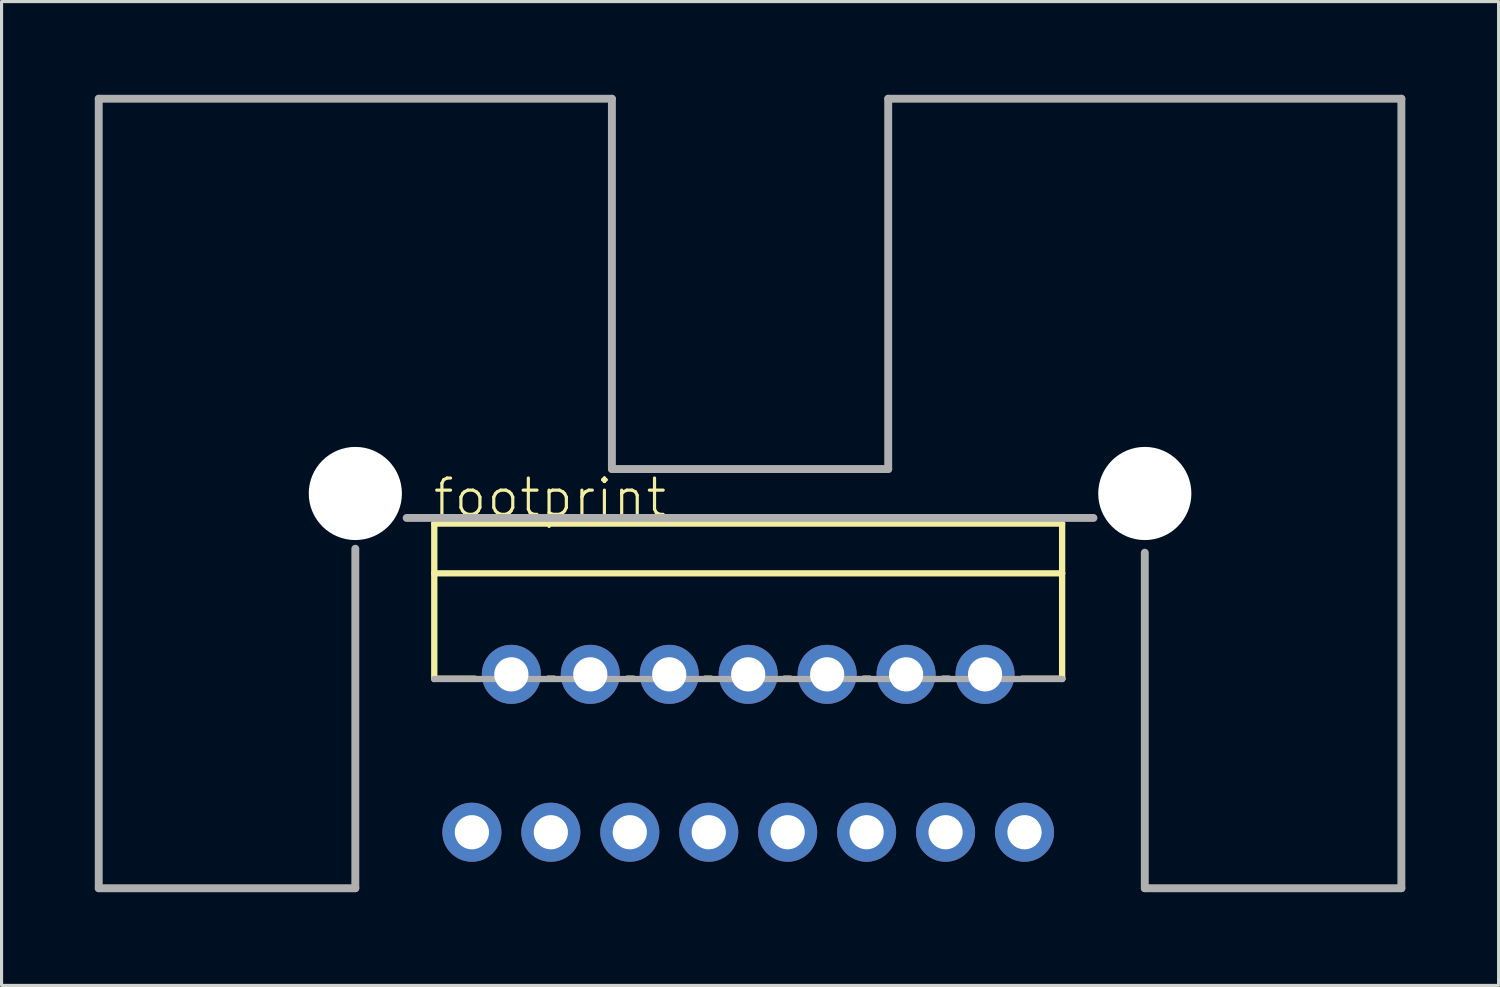
<source format=kicad_pcb>
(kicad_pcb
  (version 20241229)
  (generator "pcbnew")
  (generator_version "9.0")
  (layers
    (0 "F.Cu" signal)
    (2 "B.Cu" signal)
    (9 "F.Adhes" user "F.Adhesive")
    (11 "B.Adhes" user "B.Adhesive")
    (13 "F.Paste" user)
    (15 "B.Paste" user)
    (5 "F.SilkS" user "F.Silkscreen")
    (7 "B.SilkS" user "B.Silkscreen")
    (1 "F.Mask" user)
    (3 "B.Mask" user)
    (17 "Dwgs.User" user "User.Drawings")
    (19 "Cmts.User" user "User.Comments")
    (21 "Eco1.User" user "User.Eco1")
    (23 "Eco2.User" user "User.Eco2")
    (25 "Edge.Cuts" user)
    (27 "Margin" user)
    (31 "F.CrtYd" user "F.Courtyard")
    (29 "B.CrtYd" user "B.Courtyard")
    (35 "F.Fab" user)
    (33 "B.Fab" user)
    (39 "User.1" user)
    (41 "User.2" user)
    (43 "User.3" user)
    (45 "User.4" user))
  (footprint "footprint"
    (layer "F.Cu")
    (at 21.082 21.336)
    (property "Reference" "footprint" (at -10.26 -7.69 0) (layer "F.SilkS") (effects (font (size 1.168 1.168) (thickness 0.102)) (justify left bottom)))
    (fp_line (start -10.16 -7.54) (end 10.04 -7.54) (stroke (width 0.203) (type solid)) (layer "F.SilkS"))
    (fp_line (start -10.16 -5.94) (end -10.16 -7.54) (stroke (width 0.203) (type solid)) (layer "F.SilkS"))
    (fp_line (start -10.16 -5.94) (end 10.04 -5.94) (stroke (width 0.203) (type solid)) (layer "F.SilkS"))
    (fp_line (start -10.16 -2.54) (end -10.16 -5.94) (stroke (width 0.203) (type solid)) (layer "F.SilkS"))
    (fp_line (start -10.15 -2.55) (end -8.85 -2.55) (stroke (width 0.203) (type solid)) (layer "F.SilkS"))
    (fp_line (start -6.5 -2.55) (end -6.3 -2.55) (stroke (width 0.203) (type solid)) (layer "F.SilkS"))
    (fp_line (start -3.95 -2.55) (end -3.75 -2.55) (stroke (width 0.203) (type solid)) (layer "F.SilkS"))
    (fp_line (start -1.45 -2.55) (end -1.25 -2.55) (stroke (width 0.203) (type solid)) (layer "F.SilkS"))
    (fp_line (start 1.1 -2.55) (end 1.3 -2.55) (stroke (width 0.203) (type solid)) (layer "F.SilkS"))
    (fp_line (start 3.65 -2.55) (end 3.85 -2.55) (stroke (width 0.203) (type solid)) (layer "F.SilkS"))
    (fp_line (start 6.2 -2.55) (end 6.4 -2.55) (stroke (width 0.203) (type solid)) (layer "F.SilkS"))
    (fp_line (start 10.04 -7.54) (end 10.04 -5.94) (stroke (width 0.203) (type solid)) (layer "F.SilkS"))
    (fp_line (start 10.04 -5.94) (end 10.04 -2.54) (stroke (width 0.203) (type solid)) (layer "F.SilkS"))
    (fp_line (start 10.05 -2.55) (end 8.75 -2.55) (stroke (width 0.203) (type solid)) (layer "F.SilkS"))
    (fp_line (start -20.955 -21.209) (end -4.445 -21.209) (stroke (width 0.254) (type solid)) (layer "F.Fab"))
    (fp_line (start -20.955 4.191) (end -20.955 -21.209) (stroke (width 0.254) (type solid)) (layer "F.Fab"))
    (fp_line (start -12.7 -6.731) (end -12.7 4.191) (stroke (width 0.254) (type solid)) (layer "F.Fab"))
    (fp_line (start -12.7 4.191) (end -20.955 4.191) (stroke (width 0.254) (type solid)) (layer "F.Fab"))
    (fp_line (start -11.049 -7.722) (end 11.049 -7.722) (stroke (width 0.254) (type solid)) (layer "F.Fab"))
    (fp_line (start -4.445 -21.209) (end -4.445 -9.296) (stroke (width 0.254) (type solid)) (layer "F.Fab"))
    (fp_line (start -4.445 -9.296) (end 4.445 -9.296) (stroke (width 0.254) (type solid)) (layer "F.Fab"))
    (fp_line (start 4.445 -21.209) (end 20.955 -21.209) (stroke (width 0.254) (type solid)) (layer "F.Fab"))
    (fp_line (start 4.445 -9.296) (end 4.445 -21.209) (stroke (width 0.254) (type solid)) (layer "F.Fab"))
    (fp_line (start 10.04 -2.54) (end -10.16 -2.54) (stroke (width 0.203) (type solid)) (layer "F.Fab"))
    (fp_line (start 12.7 -6.604) (end 12.7 4.191) (stroke (width 0.254) (type solid)) (layer "F.Fab"))
    (fp_line (start 12.7 4.191) (end 20.955 4.191) (stroke (width 0.254) (type solid)) (layer "F.Fab"))
    (fp_line (start 20.955 4.191) (end 20.955 -21.209) (stroke (width 0.254) (type solid)) (layer "F.Fab"))
    (pad "" np_thru_hole circle (at -12.7 -8.509) (size 2.997 2.997) (drill 2.997) (layers "*.Cu" "*.Mask"))
    (pad "" np_thru_hole circle (at 12.7 -8.509) (size 2.997 2.997) (drill 2.997) (layers "*.Cu" "*.Mask"))
    (pad "1" thru_hole circle (at -8.95 2.39) (size 1.9 1.9) (drill 1.1) (layers "*.Cu" "*.Mask"))
    (pad "2" thru_hole circle (at -7.68 -2.69) (size 1.9 1.9) (drill 1.1) (layers "*.Cu" "*.Mask"))
    (pad "3" thru_hole circle (at -6.41 2.39) (size 1.9 1.9) (drill 1.1) (layers "*.Cu" "*.Mask"))
    (pad "4" thru_hole circle (at -5.14 -2.69) (size 1.9 1.9) (drill 1.1) (layers "*.Cu" "*.Mask"))
    (pad "5" thru_hole circle (at -3.87 2.39) (size 1.9 1.9) (drill 1.1) (layers "*.Cu" "*.Mask"))
    (pad "6" thru_hole circle (at -2.6 -2.69) (size 1.9 1.9) (drill 1.1) (layers "*.Cu" "*.Mask"))
    (pad "7" thru_hole circle (at -1.33 2.39) (size 1.9 1.9) (drill 1.1) (layers "*.Cu" "*.Mask"))
    (pad "8" thru_hole circle (at -0.06 -2.69) (size 1.9 1.9) (drill 1.1) (layers "*.Cu" "*.Mask"))
    (pad "9" thru_hole circle (at 1.21 2.39) (size 1.9 1.9) (drill 1.1) (layers "*.Cu" "*.Mask"))
    (pad "10" thru_hole circle (at 2.48 -2.69) (size 1.9 1.9) (drill 1.1) (layers "*.Cu" "*.Mask"))
    (pad "11" thru_hole circle (at 3.75 2.39) (size 1.9 1.9) (drill 1.1) (layers "*.Cu" "*.Mask"))
    (pad "12" thru_hole circle (at 5.02 -2.69) (size 1.9 1.9) (drill 1.1) (layers "*.Cu" "*.Mask"))
    (pad "13" thru_hole circle (at 6.29 2.39) (size 1.9 1.9) (drill 1.1) (layers "*.Cu" "*.Mask"))
    (pad "14" thru_hole circle (at 7.56 -2.69) (size 1.9 1.9) (drill 1.1) (layers "*.Cu" "*.Mask"))
    (pad "15" thru_hole circle (at 8.83 2.39) (size 1.9 1.9) (drill 1.1) (layers "*.Cu" "*.Mask")))
  (gr_rect
    (start -3 -3)
    (end 45.164 28.654)
    (stroke (width 0.1) (type default))
    (fill no)
    (layer "Edge.Cuts")))
</source>
